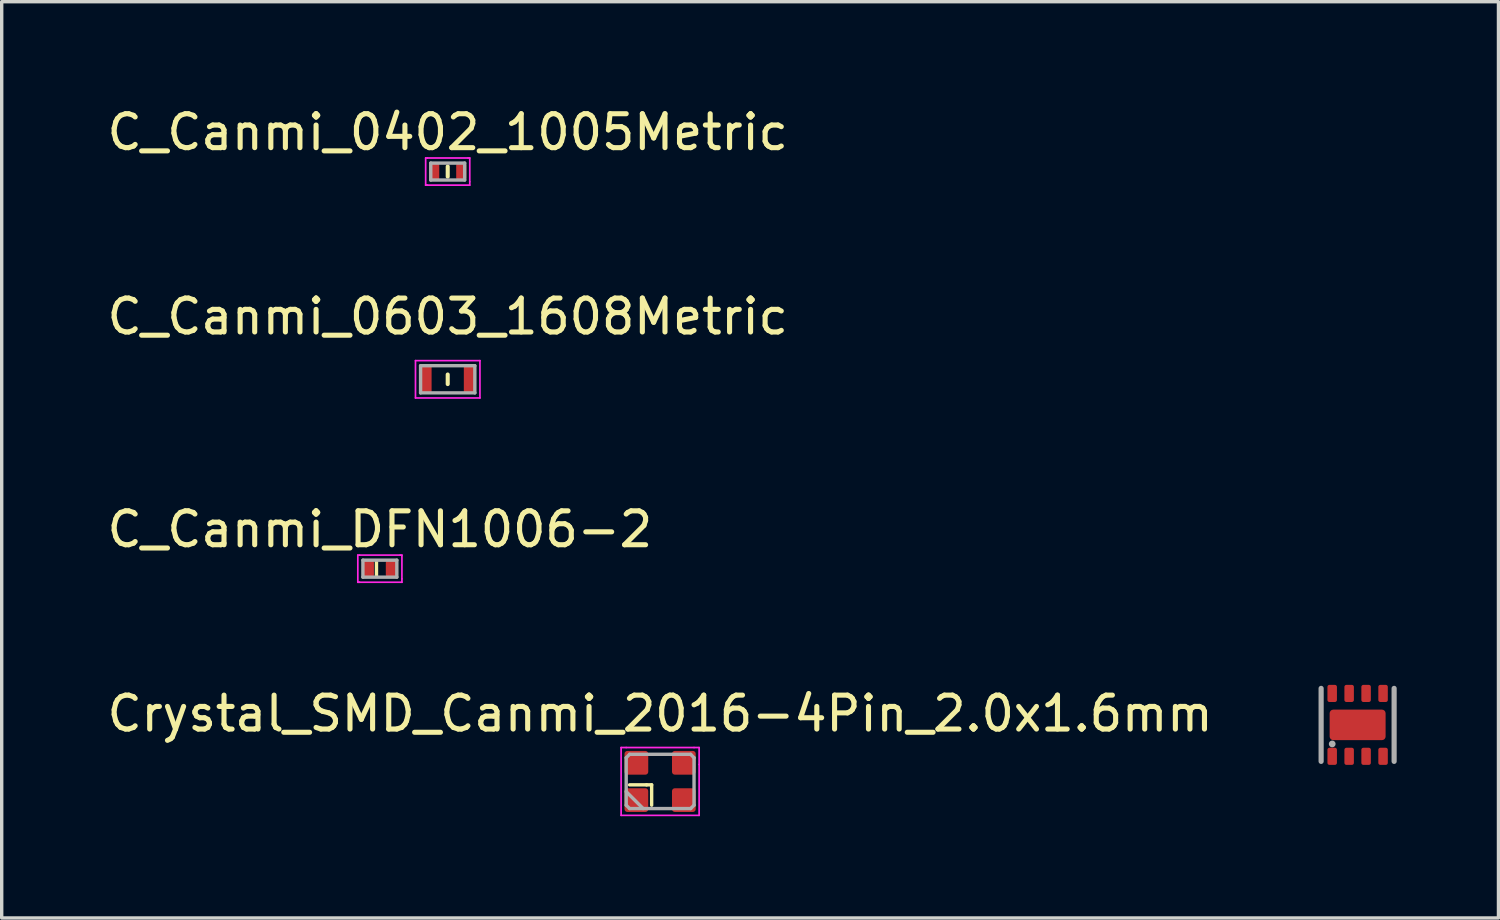
<source format=kicad_pcb>
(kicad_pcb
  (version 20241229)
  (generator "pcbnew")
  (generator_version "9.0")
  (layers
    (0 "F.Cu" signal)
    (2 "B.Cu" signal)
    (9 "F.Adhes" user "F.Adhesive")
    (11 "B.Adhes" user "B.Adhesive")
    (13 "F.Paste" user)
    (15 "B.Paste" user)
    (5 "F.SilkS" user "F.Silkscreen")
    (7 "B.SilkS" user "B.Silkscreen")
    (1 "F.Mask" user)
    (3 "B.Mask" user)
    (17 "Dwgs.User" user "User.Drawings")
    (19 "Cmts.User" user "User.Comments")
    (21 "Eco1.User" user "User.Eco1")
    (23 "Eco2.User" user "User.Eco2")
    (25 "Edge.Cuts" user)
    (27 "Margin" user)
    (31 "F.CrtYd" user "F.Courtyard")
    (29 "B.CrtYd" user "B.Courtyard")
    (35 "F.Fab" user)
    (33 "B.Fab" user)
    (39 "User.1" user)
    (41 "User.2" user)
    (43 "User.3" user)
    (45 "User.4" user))
  (footprint "Crystal_SMD_Canmi_2016-4Pin_2.0x1.6mm"
    (layer "F.Cu")
    (at 16.411 19.988)
    (property "Reference" "Crystal_SMD_Canmi_2016-4Pin_2.0x1.6mm" (at 0 -2 0) (layer "F.SilkS") (effects (font (size 1 1) (thickness 0.15))))
    (attr smd)
    (fp_line (start -0.9 0.1) (end -0.4 0.1) (stroke (width 0.1) (type default)) (layer "F.SilkS"))
    (fp_line (start -0.4 0.1) (end -0.25 0.1) (stroke (width 0.1) (type default)) (layer "F.SilkS"))
    (fp_line (start -0.25 0.1) (end -0.25 0.7) (stroke (width 0.1) (type default)) (layer "F.SilkS"))
    (fp_line (start -1.15 -1) (end -1 -1) (stroke (width 0.05) (type default)) (layer "F.CrtYd"))
    (fp_line (start -1.15 1) (end -1.15 -1) (stroke (width 0.05) (type default)) (layer "F.CrtYd"))
    (fp_line (start -1 -1) (end 1 -1) (stroke (width 0.05) (type default)) (layer "F.CrtYd"))
    (fp_line (start 1 -1) (end 1.15 -1) (stroke (width 0.05) (type default)) (layer "F.CrtYd"))
    (fp_line (start 1.15 -1) (end 1.15 -0.5) (stroke (width 0.05) (type default)) (layer "F.CrtYd"))
    (fp_line (start 1.15 -0.5) (end 1.15 1) (stroke (width 0.05) (type default)) (layer "F.CrtYd"))
    (fp_line (start 1.15 1) (end -1.15 1) (stroke (width 0.05) (type default)) (layer "F.CrtYd"))
    (fp_line (start -1 -0.7) (end -0.9 -0.8) (stroke (width 0.1) (type solid)) (layer "F.Fab"))
    (fp_line (start -1 0.3) (end -0.5 0.8) (stroke (width 0.1) (type solid)) (layer "F.Fab"))
    (fp_line (start -1 0.7) (end -1 -0.7) (stroke (width 0.1) (type solid)) (layer "F.Fab"))
    (fp_line (start -0.9 -0.8) (end 0.9 -0.8) (stroke (width 0.1) (type solid)) (layer "F.Fab"))
    (fp_line (start -0.9 0.8) (end -1 0.7) (stroke (width 0.1) (type solid)) (layer "F.Fab"))
    (fp_line (start 0.9 -0.8) (end 1 -0.7) (stroke (width 0.1) (type solid)) (layer "F.Fab"))
    (fp_line (start 0.9 0.8) (end -0.9 0.8) (stroke (width 0.1) (type solid)) (layer "F.Fab"))
    (fp_line (start 1 -0.7) (end 1 0.7) (stroke (width 0.1) (type solid)) (layer "F.Fab"))
    (fp_line (start 1 0.7) (end 0.9 0.8) (stroke (width 0.1) (type solid)) (layer "F.Fab"))
    (fp_text user "${REFERENCE}" (at 0 0 0) (layer "User.9") (effects (font (size 0.5 0.5) (thickness 0.075))))
    (pad "1" smd roundrect (at -0.7 0.55) (size 0.7 0.7) (layers "F.Cu" "F.Mask" "F.Paste") (roundrect_rratio 0.12))
    (pad "2" smd roundrect (at 0.7 0.55) (size 0.7 0.7) (layers "F.Cu" "F.Mask" "F.Paste") (roundrect_rratio 0.12))
    (pad "3" smd roundrect (at 0.7 -0.55) (size 0.7 0.7) (layers "F.Cu" "F.Mask" "F.Paste") (roundrect_rratio 0.12))
    (pad "4" smd roundrect (at -0.7 -0.55) (size 0.7 0.7) (layers "F.Cu" "F.Mask" "F.Paste") (roundrect_rratio 0.12)))
  (footprint "DFN-8_L2.0-W2.0-P0.50-BL-EP"
    (layer "F.Cu")
    (at 36.974 18.32)
    (property "Reference" "DFN-8_L2.0-W2.0-P0.50-BL-EP" (at 0 -1.88 0) (layer "User.8") (effects (font (size 1 1) (thickness 0.15))))
    (fp_line (start -1.076 1.076) (end -1.076 -1.076) (stroke (width 0.152) (type default)) (layer "F.Fab"))
    (fp_line (start 1.076 1.076) (end 1.076 -1.076) (stroke (width 0.152) (type default)) (layer "F.Fab"))
    (fp_circle (center -0.749 0.562) (end -0.749 0.612) (stroke (width 0.1) (type default)) (fill no) (layer "F.Fab"))
    (fp_poly (pts (xy -0.875 -1) (xy -0.875 -0.7) (xy -0.625 -0.7) (xy -0.625 -1)) (stroke (width 0.1) (type default)) (fill no) (layer "User.1"))
    (fp_poly (pts (xy -0.875 1) (xy -0.875 0.7) (xy -0.625 0.7) (xy -0.625 1)) (stroke (width 0.1) (type default)) (fill no) (layer "User.1"))
    (fp_poly (pts (xy -0.375 -1) (xy -0.375 -0.7) (xy -0.125 -0.7) (xy -0.125 -1)) (stroke (width 0.1) (type default)) (fill no) (layer "User.1"))
    (fp_poly (pts (xy -0.375 1) (xy -0.375 0.7) (xy -0.125 0.7) (xy -0.125 1)) (stroke (width 0.1) (type default)) (fill no) (layer "User.1"))
    (fp_poly (pts (xy 0.125 -1) (xy 0.125 -0.7) (xy 0.375 -0.7) (xy 0.375 -1)) (stroke (width 0.1) (type default)) (fill no) (layer "User.1"))
    (fp_poly (pts (xy 0.125 1) (xy 0.125 0.7) (xy 0.375 0.7) (xy 0.375 1)) (stroke (width 0.1) (type default)) (fill no) (layer "User.1"))
    (fp_poly (pts (xy 0.625 -1) (xy 0.625 -0.7) (xy 0.875 -0.7) (xy 0.875 -1)) (stroke (width 0.1) (type default)) (fill no) (layer "User.1"))
    (fp_poly (pts (xy 0.625 1) (xy 0.625 0.7) (xy 0.875 0.7) (xy 0.875 1)) (stroke (width 0.1) (type default)) (fill no) (layer "User.1"))
    (fp_line (start -1 -1) (end 1 -1) (stroke (width 0.051) (type default)) (layer "User.2"))
    (fp_line (start -1 1) (end -1 -1) (stroke (width 0.051) (type default)) (layer "User.2"))
    (fp_line (start 1 -1) (end 1 1) (stroke (width 0.051) (type default)) (layer "User.2"))
    (fp_line (start 1 1) (end -1 1) (stroke (width 0.051) (type default)) (layer "User.2"))
    (fp_poly (pts (xy -0.94 1) (xy -0.958 0.958) (xy -1 0.94) (xy -1.042 0.958) (xy -1.06 1) (xy -1.042 1.042) (xy -1 1.06) (xy -0.958 1.042)) (stroke (width 0.1) (type default)) (fill no) (layer "User.3"))
    (pad "" smd roundrect (at 0 0) (size 1.2 0.65) (layers "F.Paste") (roundrect_rratio 0.12))
    (pad "1" smd roundrect (at -0.75 0.927) (size 0.28 0.505) (layers "F.Cu" "F.Mask" "F.Paste") (roundrect_rratio 0.21))
    (pad "2" smd roundrect (at -0.25 0.927) (size 0.28 0.505) (layers "F.Cu" "F.Mask" "F.Paste") (roundrect_rratio 0.21))
    (pad "3" smd roundrect (at 0.25 0.927) (size 0.28 0.505) (layers "F.Cu" "F.Mask" "F.Paste") (roundrect_rratio 0.21))
    (pad "4" smd roundrect (at 0.75 0.927) (size 0.28 0.505) (layers "F.Cu" "F.Mask" "F.Paste") (roundrect_rratio 0.21))
    (pad "5" smd roundrect (at 0.75 -0.927) (size 0.28 0.505) (layers "F.Cu" "F.Mask" "F.Paste") (roundrect_rratio 0.21))
    (pad "6" smd roundrect (at 0.25 -0.927) (size 0.28 0.505) (layers "F.Cu" "F.Mask" "F.Paste") (roundrect_rratio 0.21))
    (pad "7" smd roundrect (at -0.25 -0.927) (size 0.28 0.505) (layers "F.Cu" "F.Mask" "F.Paste") (roundrect_rratio 0.21))
    (pad "8" smd roundrect (at -0.75 -0.927) (size 0.28 0.505) (layers "F.Cu" "F.Mask" "F.Paste") (roundrect_rratio 0.21))
    (pad "9" smd roundrect (at 0 0) (size 1.65 0.9) (layers "F.Cu" "F.Mask") (roundrect_rratio 0.12)))
  (footprint "C_Canmi_DFN1006-2"
    (layer "F.Cu")
    (at 8.149 13.715)
    (property "Reference" "C_Canmi_DFN1006-2" (at 0 -1.16 0) (layer "F.SilkS") (effects (font (size 1 1) (thickness 0.15))))
    (attr smd)
    (fp_line (start -0.1 -0.2) (end -0.1 0.2) (stroke (width 0.1) (type default)) (layer "F.SilkS"))
    (fp_line (start -0.65 -0.4) (end -0.6 -0.4) (stroke (width 0.05) (type default)) (layer "F.CrtYd"))
    (fp_line (start -0.65 0.4) (end -0.65 -0.4) (stroke (width 0.05) (type default)) (layer "F.CrtYd"))
    (fp_line (start -0.6 -0.4) (end 0.6 -0.4) (stroke (width 0.05) (type default)) (layer "F.CrtYd"))
    (fp_line (start -0.6 0.4) (end -0.65 0.4) (stroke (width 0.05) (type default)) (layer "F.CrtYd"))
    (fp_line (start 0.6 -0.4) (end 0.65 -0.4) (stroke (width 0.05) (type default)) (layer "F.CrtYd"))
    (fp_line (start 0.65 -0.4) (end 0.65 0.3) (stroke (width 0.05) (type default)) (layer "F.CrtYd"))
    (fp_line (start 0.65 0.3) (end 0.65 0.4) (stroke (width 0.05) (type default)) (layer "F.CrtYd"))
    (fp_line (start 0.65 0.4) (end -0.65 0.4) (stroke (width 0.05) (type default)) (layer "F.CrtYd"))
    (fp_line (start -0.5 -0.25) (end 0.5 -0.25) (stroke (width 0.1) (type solid)) (layer "F.Fab"))
    (fp_line (start -0.5 0.25) (end -0.5 -0.25) (stroke (width 0.1) (type solid)) (layer "F.Fab"))
    (fp_line (start 0.5 -0.25) (end 0.5 0.25) (stroke (width 0.1) (type solid)) (layer "F.Fab"))
    (fp_line (start 0.5 0.25) (end -0.5 0.25) (stroke (width 0.1) (type solid)) (layer "F.Fab"))
    (fp_text user "${REFERENCE}" (at 0 0 0) (layer "User.9") (effects (font (size 0.25 0.25) (thickness 0.04))))
    (pad "1" smd roundrect (at -0.35 0) (size 0.35 0.5) (layers "F.Cu" "F.Mask" "F.Paste") (roundrect_rratio 0.21))
    (pad "2" smd roundrect (at 0.35 0) (size 0.35 0.5) (layers "F.Cu" "F.Mask" "F.Paste") (roundrect_rratio 0.21)))
  (footprint "C_Canmi_0402_1005Metric"
    (layer "F.Cu")
    (at 10.149 2.008)
    (property "Reference" "C_Canmi_0402_1005Metric" (at 0 -1.16 0) (layer "F.SilkS") (effects (font (size 1 1) (thickness 0.15))))
    (attr smd)
    (fp_line (start 0 0.15) (end 0 -0.15) (stroke (width 0.12) (type solid)) (layer "F.SilkS"))
    (fp_line (start -0.65 -0.4) (end -0.6 -0.4) (stroke (width 0.05) (type default)) (layer "F.CrtYd"))
    (fp_line (start -0.65 0.4) (end -0.65 -0.4) (stroke (width 0.05) (type default)) (layer "F.CrtYd"))
    (fp_line (start -0.6 -0.4) (end 0.6 -0.4) (stroke (width 0.05) (type default)) (layer "F.CrtYd"))
    (fp_line (start -0.6 0.4) (end -0.65 0.4) (stroke (width 0.05) (type default)) (layer "F.CrtYd"))
    (fp_line (start 0.6 -0.4) (end 0.65 -0.4) (stroke (width 0.05) (type default)) (layer "F.CrtYd"))
    (fp_line (start 0.65 -0.4) (end 0.65 0.3) (stroke (width 0.05) (type default)) (layer "F.CrtYd"))
    (fp_line (start 0.65 0.3) (end 0.65 0.4) (stroke (width 0.05) (type default)) (layer "F.CrtYd"))
    (fp_line (start 0.65 0.4) (end -0.65 0.4) (stroke (width 0.05) (type default)) (layer "F.CrtYd"))
    (fp_line (start -0.5 -0.25) (end 0.5 -0.25) (stroke (width 0.1) (type solid)) (layer "F.Fab"))
    (fp_line (start -0.5 0.25) (end -0.5 -0.25) (stroke (width 0.1) (type solid)) (layer "F.Fab"))
    (fp_line (start 0.5 -0.25) (end 0.5 0.25) (stroke (width 0.1) (type solid)) (layer "F.Fab"))
    (fp_line (start 0.5 0.25) (end -0.5 0.25) (stroke (width 0.1) (type solid)) (layer "F.Fab"))
    (fp_text user "${REFERENCE}" (at 0 0 0) (layer "User.9") (effects (font (size 0.25 0.25) (thickness 0.04))))
    (pad "1" smd roundrect (at -0.4 0) (size 0.3 0.5) (layers "F.Cu" "F.Mask" "F.Paste") (roundrect_rratio 0.21))
    (pad "2" smd roundrect (at 0.4 0) (size 0.3 0.5) (layers "F.Cu" "F.Mask" "F.Paste") (roundrect_rratio 0.21)))
  (footprint "C_Canmi_0603_1608Metric"
    (layer "F.Cu")
    (at 10.149 8.132)
    (property "Reference" "C_Canmi_0603_1608Metric" (at 0 -1.85 0) (layer "F.SilkS") (effects (font (size 1 1) (thickness 0.15))))
    (attr smd)
    (fp_line (start 0 0.141) (end 0 -0.141) (stroke (width 0.12) (type solid)) (layer "F.SilkS"))
    (fp_line (start -0.95 -0.55) (end 0.95 -0.55) (stroke (width 0.05) (type solid)) (layer "F.CrtYd"))
    (fp_line (start -0.95 0.55) (end -0.95 -0.55) (stroke (width 0.05) (type solid)) (layer "F.CrtYd"))
    (fp_line (start 0.95 -0.55) (end 0.95 0.55) (stroke (width 0.05) (type solid)) (layer "F.CrtYd"))
    (fp_line (start 0.95 0.55) (end -0.95 0.55) (stroke (width 0.05) (type solid)) (layer "F.CrtYd"))
    (fp_line (start -0.8 -0.4) (end 0.8 -0.4) (stroke (width 0.1) (type solid)) (layer "F.Fab"))
    (fp_line (start -0.8 0.4) (end -0.8 -0.4) (stroke (width 0.1) (type solid)) (layer "F.Fab"))
    (fp_line (start 0.8 -0.4) (end 0.8 0.4) (stroke (width 0.1) (type solid)) (layer "F.Fab"))
    (fp_line (start 0.8 0.4) (end -0.8 0.4) (stroke (width 0.1) (type solid)) (layer "F.Fab"))
    (fp_text user "${REFERENCE}" (at 0 0 0) (layer "User.9") (effects (font (size 0.4 0.4) (thickness 0.06))))
    (pad "1" smd roundrect (at -0.65 0) (size 0.35 0.85) (layers "F.Cu" "F.Mask" "F.Paste") (roundrect_rratio 0.21))
    (pad "2" smd roundrect (at 0.65 0) (size 0.35 0.85) (layers "F.Cu" "F.Mask" "F.Paste") (roundrect_rratio 0.21)))
  (gr_rect
    (start -3 -3)
    (end 41.126 24.013)
    (stroke (width 0.1) (type default))
    (fill no)
    (layer "Edge.Cuts")))
</source>
